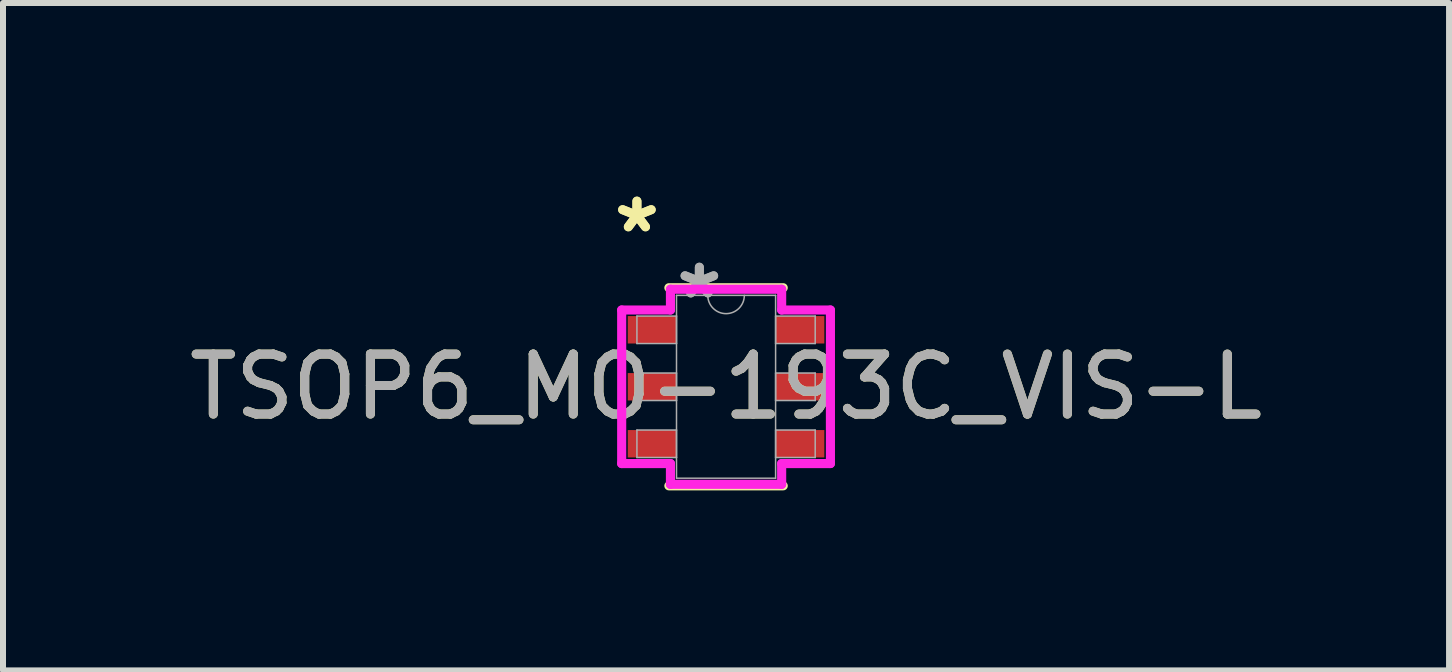
<source format=kicad_pcb>
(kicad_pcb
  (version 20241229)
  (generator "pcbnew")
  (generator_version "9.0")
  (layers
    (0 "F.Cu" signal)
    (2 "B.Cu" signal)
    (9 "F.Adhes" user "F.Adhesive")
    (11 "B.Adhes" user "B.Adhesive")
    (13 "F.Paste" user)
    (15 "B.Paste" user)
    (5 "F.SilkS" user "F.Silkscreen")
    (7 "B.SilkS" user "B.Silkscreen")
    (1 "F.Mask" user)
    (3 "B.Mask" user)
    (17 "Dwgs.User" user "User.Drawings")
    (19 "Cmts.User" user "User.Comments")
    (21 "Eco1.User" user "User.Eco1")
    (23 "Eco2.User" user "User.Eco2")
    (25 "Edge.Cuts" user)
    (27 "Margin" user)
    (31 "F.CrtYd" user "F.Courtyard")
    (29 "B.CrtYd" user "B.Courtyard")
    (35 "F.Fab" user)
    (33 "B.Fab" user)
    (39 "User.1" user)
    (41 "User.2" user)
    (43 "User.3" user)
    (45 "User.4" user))
  (footprint "TSOP6_MO-193C_VIS-L"
    (layer "F.Cu")
    (at 9.054 3.398)
    (property "Reference" "TSOP6_MO-193C_VIS-L" (at 0 0 0) (unlocked yes) (layer "F.SilkS") (effects (font (size 1 1) (thickness 0.15))))
    (attr smd)
    (fp_line (start -0.953 1.651) (end 0.953 1.651) (stroke (width 0.152) (type solid)) (layer "F.SilkS"))
    (fp_line (start 0.953 -1.651) (end -0.953 -1.651) (stroke (width 0.152) (type solid)) (layer "F.SilkS"))
    (fp_line (start -1.74 -1.28) (end -0.927 -1.28) (stroke (width 0.152) (type solid)) (layer "F.CrtYd"))
    (fp_line (start -1.74 1.28) (end -1.74 -1.28) (stroke (width 0.152) (type solid)) (layer "F.CrtYd"))
    (fp_line (start -1.74 1.28) (end -0.927 1.28) (stroke (width 0.152) (type solid)) (layer "F.CrtYd"))
    (fp_line (start -0.927 -1.626) (end 0.927 -1.626) (stroke (width 0.152) (type solid)) (layer "F.CrtYd"))
    (fp_line (start -0.927 -1.28) (end -0.927 -1.626) (stroke (width 0.152) (type solid)) (layer "F.CrtYd"))
    (fp_line (start -0.927 1.626) (end -0.927 1.28) (stroke (width 0.152) (type solid)) (layer "F.CrtYd"))
    (fp_line (start 0.927 -1.626) (end 0.927 -1.28) (stroke (width 0.152) (type solid)) (layer "F.CrtYd"))
    (fp_line (start 0.927 1.28) (end 0.927 1.626) (stroke (width 0.152) (type solid)) (layer "F.CrtYd"))
    (fp_line (start 0.927 1.626) (end -0.927 1.626) (stroke (width 0.152) (type solid)) (layer "F.CrtYd"))
    (fp_line (start 1.74 -1.28) (end 0.927 -1.28) (stroke (width 0.152) (type solid)) (layer "F.CrtYd"))
    (fp_line (start 1.74 -1.28) (end 1.74 1.28) (stroke (width 0.152) (type solid)) (layer "F.CrtYd"))
    (fp_line (start 1.74 1.28) (end 0.927 1.28) (stroke (width 0.152) (type solid)) (layer "F.CrtYd"))
    (fp_line (start -1.486 -1.179) (end -1.486 -0.721) (stroke (width 0.025) (type solid)) (layer "F.Fab"))
    (fp_line (start -1.486 -0.721) (end -0.826 -0.721) (stroke (width 0.025) (type solid)) (layer "F.Fab"))
    (fp_line (start -1.486 -0.229) (end -1.486 0.229) (stroke (width 0.025) (type solid)) (layer "F.Fab"))
    (fp_line (start -1.486 0.229) (end -0.826 0.229) (stroke (width 0.025) (type solid)) (layer "F.Fab"))
    (fp_line (start -1.486 0.721) (end -1.486 1.179) (stroke (width 0.025) (type solid)) (layer "F.Fab"))
    (fp_line (start -1.486 1.179) (end -0.826 1.179) (stroke (width 0.025) (type solid)) (layer "F.Fab"))
    (fp_line (start -0.826 -1.524) (end -0.826 1.524) (stroke (width 0.025) (type solid)) (layer "F.Fab"))
    (fp_line (start -0.826 -1.179) (end -1.486 -1.179) (stroke (width 0.025) (type solid)) (layer "F.Fab"))
    (fp_line (start -0.826 -0.721) (end -0.826 -1.179) (stroke (width 0.025) (type solid)) (layer "F.Fab"))
    (fp_line (start -0.826 -0.229) (end -1.486 -0.229) (stroke (width 0.025) (type solid)) (layer "F.Fab"))
    (fp_line (start -0.826 0.229) (end -0.826 -0.229) (stroke (width 0.025) (type solid)) (layer "F.Fab"))
    (fp_line (start -0.826 0.721) (end -1.486 0.721) (stroke (width 0.025) (type solid)) (layer "F.Fab"))
    (fp_line (start -0.826 1.179) (end -0.826 0.721) (stroke (width 0.025) (type solid)) (layer "F.Fab"))
    (fp_line (start -0.826 1.524) (end 0.826 1.524) (stroke (width 0.025) (type solid)) (layer "F.Fab"))
    (fp_line (start 0.826 -1.524) (end -0.826 -1.524) (stroke (width 0.025) (type solid)) (layer "F.Fab"))
    (fp_line (start 0.826 -1.179) (end 0.826 -0.721) (stroke (width 0.025) (type solid)) (layer "F.Fab"))
    (fp_line (start 0.826 -0.721) (end 1.486 -0.721) (stroke (width 0.025) (type solid)) (layer "F.Fab"))
    (fp_line (start 0.826 -0.229) (end 0.826 0.229) (stroke (width 0.025) (type solid)) (layer "F.Fab"))
    (fp_line (start 0.826 0.229) (end 1.486 0.229) (stroke (width 0.025) (type solid)) (layer "F.Fab"))
    (fp_line (start 0.826 0.721) (end 0.826 1.179) (stroke (width 0.025) (type solid)) (layer "F.Fab"))
    (fp_line (start 0.826 1.179) (end 1.486 1.179) (stroke (width 0.025) (type solid)) (layer "F.Fab"))
    (fp_line (start 0.826 1.524) (end 0.826 -1.524) (stroke (width 0.025) (type solid)) (layer "F.Fab"))
    (fp_line (start 1.486 -1.179) (end 0.826 -1.179) (stroke (width 0.025) (type solid)) (layer "F.Fab"))
    (fp_line (start 1.486 -0.721) (end 1.486 -1.179) (stroke (width 0.025) (type solid)) (layer "F.Fab"))
    (fp_line (start 1.486 -0.229) (end 0.826 -0.229) (stroke (width 0.025) (type solid)) (layer "F.Fab"))
    (fp_line (start 1.486 0.229) (end 1.486 -0.229) (stroke (width 0.025) (type solid)) (layer "F.Fab"))
    (fp_line (start 1.486 0.721) (end 0.826 0.721) (stroke (width 0.025) (type solid)) (layer "F.Fab"))
    (fp_line (start 1.486 1.179) (end 1.486 0.721) (stroke (width 0.025) (type solid)) (layer "F.Fab"))
    (fp_arc (start 0.3048 -1.524) (mid 0 -1.2192) (end -0.3048 -1.524) (stroke (width 0.0254) (type solid)) (layer "F.Fab"))
    (fp_text user "*" (at -1.486 -2.55 0) (layer "F.SilkS") (effects (font (size 1 1) (thickness 0.15))))
    (fp_text user "*" (at -1.486 -2.55 0) (unlocked yes) (layer "F.SilkS") (effects (font (size 1 1) (thickness 0.15))))
    (fp_text user "${REFERENCE}" (at 0 0 0) (unlocked yes) (layer "F.Fab") (effects (font (size 1 1) (thickness 0.15))))
    (fp_text user "*" (at -0.445 -1.448 0) (unlocked yes) (layer "F.Fab") (effects (font (size 1 1) (thickness 0.15))))
    (fp_text user "*" (at -0.445 -1.448 0) (layer "F.Fab") (effects (font (size 1 1) (thickness 0.15))))
    (pad "1" smd rect (at -1.232 -0.95) (size 0.813 0.457) (layers "F.Cu" "F.Mask" "F.Paste"))
    (pad "2" smd rect (at -1.232 0) (size 0.813 0.457) (layers "F.Cu" "F.Mask" "F.Paste"))
    (pad "3" smd rect (at -1.232 0.95) (size 0.813 0.457) (layers "F.Cu" "F.Mask" "F.Paste"))
    (pad "4" smd rect (at 1.232 0.95) (size 0.813 0.457) (layers "F.Cu" "F.Mask" "F.Paste"))
    (pad "5" smd rect (at 1.232 0) (size 0.813 0.457) (layers "F.Cu" "F.Mask" "F.Paste"))
    (pad "6" smd rect (at 1.232 -0.95) (size 0.813 0.457) (layers "F.Cu" "F.Mask" "F.Paste")))
  (gr_rect
    (start -3 -3)
    (end 21.107 8.126)
    (stroke (width 0.1) (type default))
    (fill no)
    (layer "Edge.Cuts")))
</source>
